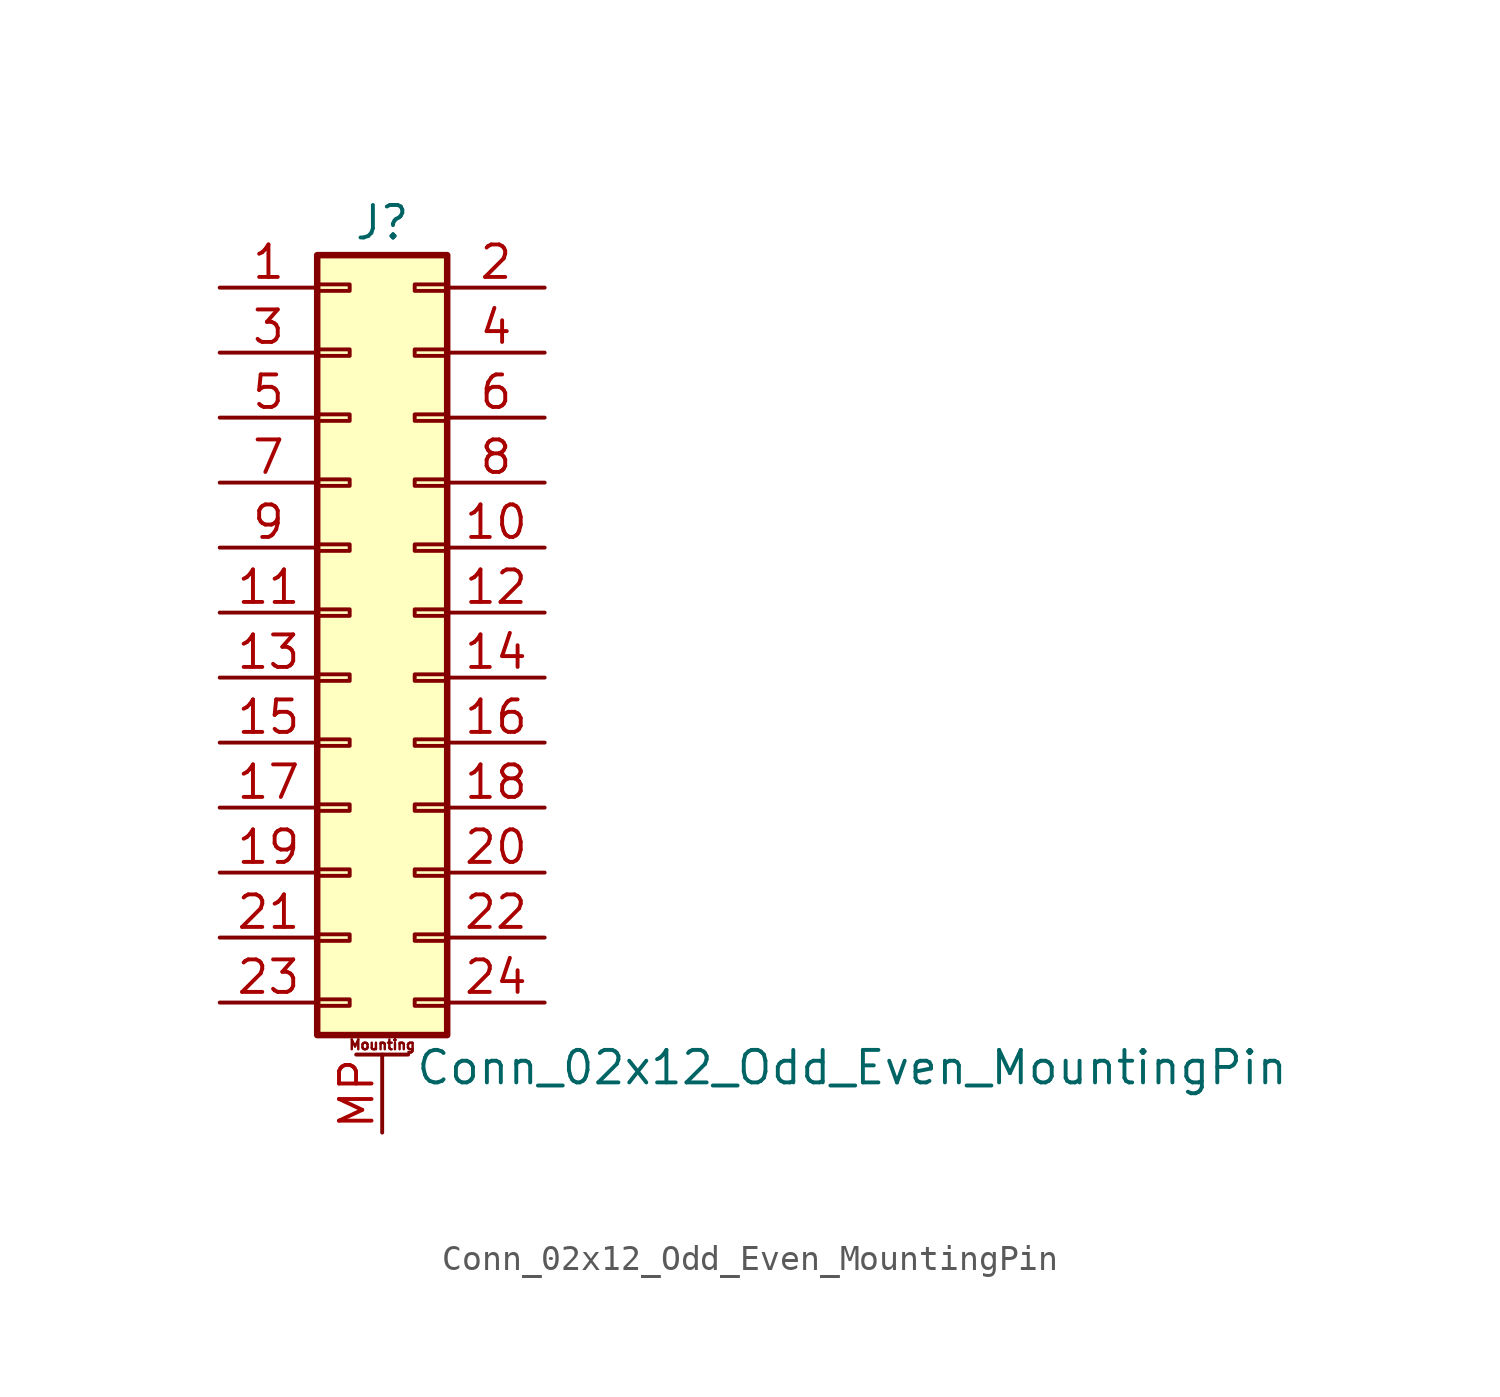
<source format=kicad_sym>
(kicad_symbol_lib
  (version 20211014)
  (generator kicad_symbol_editor)
  (symbol "Conn_02x12_Odd_Even_MountingPin"
    (pin_names
      (offset 1.016) hide)
    (property "Reference" "J"
      (at 1.27 15.24 0)
      (effects (font (size 1.27 1.27))))
    (property "Value" "Conn_02x12_Odd_Even_MountingPin"
      (at 2.54 -17.78 0)
      (effects (font (size 1.27 1.27)) (justify left)))
    (symbol "Conn_02x12_Odd_Even_MountingPin_1_1"
      (rectangle (start -1.27 -15.113) (end 0 -15.367) (stroke (width 0.152) (type default) (color 0 0 0 0)) (fill (type none)))
      (rectangle (start -1.27 -12.573) (end 0 -12.827) (stroke (width 0.152) (type default) (color 0 0 0 0)) (fill (type none)))
      (rectangle (start -1.27 -10.033) (end 0 -10.287) (stroke (width 0.152) (type default) (color 0 0 0 0)) (fill (type none)))
      (rectangle (start -1.27 -7.493) (end 0 -7.747) (stroke (width 0.152) (type default) (color 0 0 0 0)) (fill (type none)))
      (rectangle (start -1.27 -4.953) (end 0 -5.207) (stroke (width 0.152) (type default) (color 0 0 0 0)) (fill (type none)))
      (rectangle (start -1.27 -2.413) (end 0 -2.667) (stroke (width 0.152) (type default) (color 0 0 0 0)) (fill (type none)))
      (rectangle (start -1.27 0.127) (end 0 -0.127) (stroke (width 0.152) (type default) (color 0 0 0 0)) (fill (type none)))
      (rectangle (start -1.27 2.667) (end 0 2.413) (stroke (width 0.152) (type default) (color 0 0 0 0)) (fill (type none)))
      (rectangle (start -1.27 5.207) (end 0 4.953) (stroke (width 0.152) (type default) (color 0 0 0 0)) (fill (type none)))
      (rectangle (start -1.27 7.747) (end 0 7.493) (stroke (width 0.152) (type default) (color 0 0 0 0)) (fill (type none)))
      (rectangle (start -1.27 10.287) (end 0 10.033) (stroke (width 0.152) (type default) (color 0 0 0 0)) (fill (type none)))
      (rectangle (start -1.27 12.827) (end 0 12.573) (stroke (width 0.152) (type default) (color 0 0 0 0)) (fill (type none)))
      (rectangle (start -1.27 13.97) (end 3.81 -16.51) (stroke (width 0.254) (type default) (color 0 0 0 0)) (fill (type background)))
      (polyline (pts (xy 0.254 -17.272) (xy 2.286 -17.272)) (stroke (width 0.152) (type default) (color 0 0 0 0)) (fill (type none)))
      (rectangle (start 3.81 -15.113) (end 2.54 -15.367) (stroke (width 0.152) (type default) (color 0 0 0 0)) (fill (type none)))
      (rectangle (start 3.81 -12.573) (end 2.54 -12.827) (stroke (width 0.152) (type default) (color 0 0 0 0)) (fill (type none)))
      (rectangle (start 3.81 -10.033) (end 2.54 -10.287) (stroke (width 0.152) (type default) (color 0 0 0 0)) (fill (type none)))
      (rectangle (start 3.81 -7.493) (end 2.54 -7.747) (stroke (width 0.152) (type default) (color 0 0 0 0)) (fill (type none)))
      (rectangle (start 3.81 -4.953) (end 2.54 -5.207) (stroke (width 0.152) (type default) (color 0 0 0 0)) (fill (type none)))
      (rectangle (start 3.81 -2.413) (end 2.54 -2.667) (stroke (width 0.152) (type default) (color 0 0 0 0)) (fill (type none)))
      (rectangle (start 3.81 0.127) (end 2.54 -0.127) (stroke (width 0.152) (type default) (color 0 0 0 0)) (fill (type none)))
      (rectangle (start 3.81 2.667) (end 2.54 2.413) (stroke (width 0.152) (type default) (color 0 0 0 0)) (fill (type none)))
      (rectangle (start 3.81 5.207) (end 2.54 4.953) (stroke (width 0.152) (type default) (color 0 0 0 0)) (fill (type none)))
      (rectangle (start 3.81 7.747) (end 2.54 7.493) (stroke (width 0.152) (type default) (color 0 0 0 0)) (fill (type none)))
      (rectangle (start 3.81 10.287) (end 2.54 10.033) (stroke (width 0.152) (type default) (color 0 0 0 0)) (fill (type none)))
      (rectangle (start 3.81 12.827) (end 2.54 12.573) (stroke (width 0.152) (type default) (color 0 0 0 0)) (fill (type none)))
      (text "Mounting" (at 1.27 -16.891 0) (effects (font (size 0.381 0.381))))
      (pin passive line (at -5.08 12.7 0) (length 3.81) (name "Pin_1" (effects (font (size 1.27 1.27)))) (number "1" (effects (font (size 1.27 1.27)))))
      (pin passive line (at 7.62 2.54 180) (length 3.81) (name "Pin_10" (effects (font (size 1.27 1.27)))) (number "10" (effects (font (size 1.27 1.27)))))
      (pin passive line (at -5.08 0 0) (length 3.81) (name "Pin_11" (effects (font (size 1.27 1.27)))) (number "11" (effects (font (size 1.27 1.27)))))
      (pin passive line (at 7.62 0 180) (length 3.81) (name "Pin_12" (effects (font (size 1.27 1.27)))) (number "12" (effects (font (size 1.27 1.27)))))
      (pin passive line (at -5.08 -2.54 0) (length 3.81) (name "Pin_13" (effects (font (size 1.27 1.27)))) (number "13" (effects (font (size 1.27 1.27)))))
      (pin passive line (at 7.62 -2.54 180) (length 3.81) (name "Pin_14" (effects (font (size 1.27 1.27)))) (number "14" (effects (font (size 1.27 1.27)))))
      (pin passive line (at -5.08 -5.08 0) (length 3.81) (name "Pin_15" (effects (font (size 1.27 1.27)))) (number "15" (effects (font (size 1.27 1.27)))))
      (pin passive line (at 7.62 -5.08 180) (length 3.81) (name "Pin_16" (effects (font (size 1.27 1.27)))) (number "16" (effects (font (size 1.27 1.27)))))
      (pin passive line (at -5.08 -7.62 0) (length 3.81) (name "Pin_17" (effects (font (size 1.27 1.27)))) (number "17" (effects (font (size 1.27 1.27)))))
      (pin passive line (at 7.62 -7.62 180) (length 3.81) (name "Pin_18" (effects (font (size 1.27 1.27)))) (number "18" (effects (font (size 1.27 1.27)))))
      (pin passive line (at -5.08 -10.16 0) (length 3.81) (name "Pin_19" (effects (font (size 1.27 1.27)))) (number "19" (effects (font (size 1.27 1.27)))))
      (pin passive line (at 7.62 12.7 180) (length 3.81) (name "Pin_2" (effects (font (size 1.27 1.27)))) (number "2" (effects (font (size 1.27 1.27)))))
      (pin passive line (at 7.62 -10.16 180) (length 3.81) (name "Pin_20" (effects (font (size 1.27 1.27)))) (number "20" (effects (font (size 1.27 1.27)))))
      (pin passive line (at -5.08 -12.7 0) (length 3.81) (name "Pin_21" (effects (font (size 1.27 1.27)))) (number "21" (effects (font (size 1.27 1.27)))))
      (pin passive line (at 7.62 -12.7 180) (length 3.81) (name "Pin_22" (effects (font (size 1.27 1.27)))) (number "22" (effects (font (size 1.27 1.27)))))
      (pin passive line (at -5.08 -15.24 0) (length 3.81) (name "Pin_23" (effects (font (size 1.27 1.27)))) (number "23" (effects (font (size 1.27 1.27)))))
      (pin passive line (at 7.62 -15.24 180) (length 3.81) (name "Pin_24" (effects (font (size 1.27 1.27)))) (number "24" (effects (font (size 1.27 1.27)))))
      (pin passive line (at -5.08 10.16 0) (length 3.81) (name "Pin_3" (effects (font (size 1.27 1.27)))) (number "3" (effects (font (size 1.27 1.27)))))
      (pin passive line (at 7.62 10.16 180) (length 3.81) (name "Pin_4" (effects (font (size 1.27 1.27)))) (number "4" (effects (font (size 1.27 1.27)))))
      (pin passive line (at -5.08 7.62 0) (length 3.81) (name "Pin_5" (effects (font (size 1.27 1.27)))) (number "5" (effects (font (size 1.27 1.27)))))
      (pin passive line (at 7.62 7.62 180) (length 3.81) (name "Pin_6" (effects (font (size 1.27 1.27)))) (number "6" (effects (font (size 1.27 1.27)))))
      (pin passive line (at -5.08 5.08 0) (length 3.81) (name "Pin_7" (effects (font (size 1.27 1.27)))) (number "7" (effects (font (size 1.27 1.27)))))
      (pin passive line (at 7.62 5.08 180) (length 3.81) (name "Pin_8" (effects (font (size 1.27 1.27)))) (number "8" (effects (font (size 1.27 1.27)))))
      (pin passive line (at -5.08 2.54 0) (length 3.81) (name "Pin_9" (effects (font (size 1.27 1.27)))) (number "9" (effects (font (size 1.27 1.27)))))
      (pin passive line (at 1.27 -20.32 90) (length 3.048) (name "MountPin" (effects (font (size 1.27 1.27)))) (number "MP" (effects (font (size 1.27 1.27))))))))
</source>
